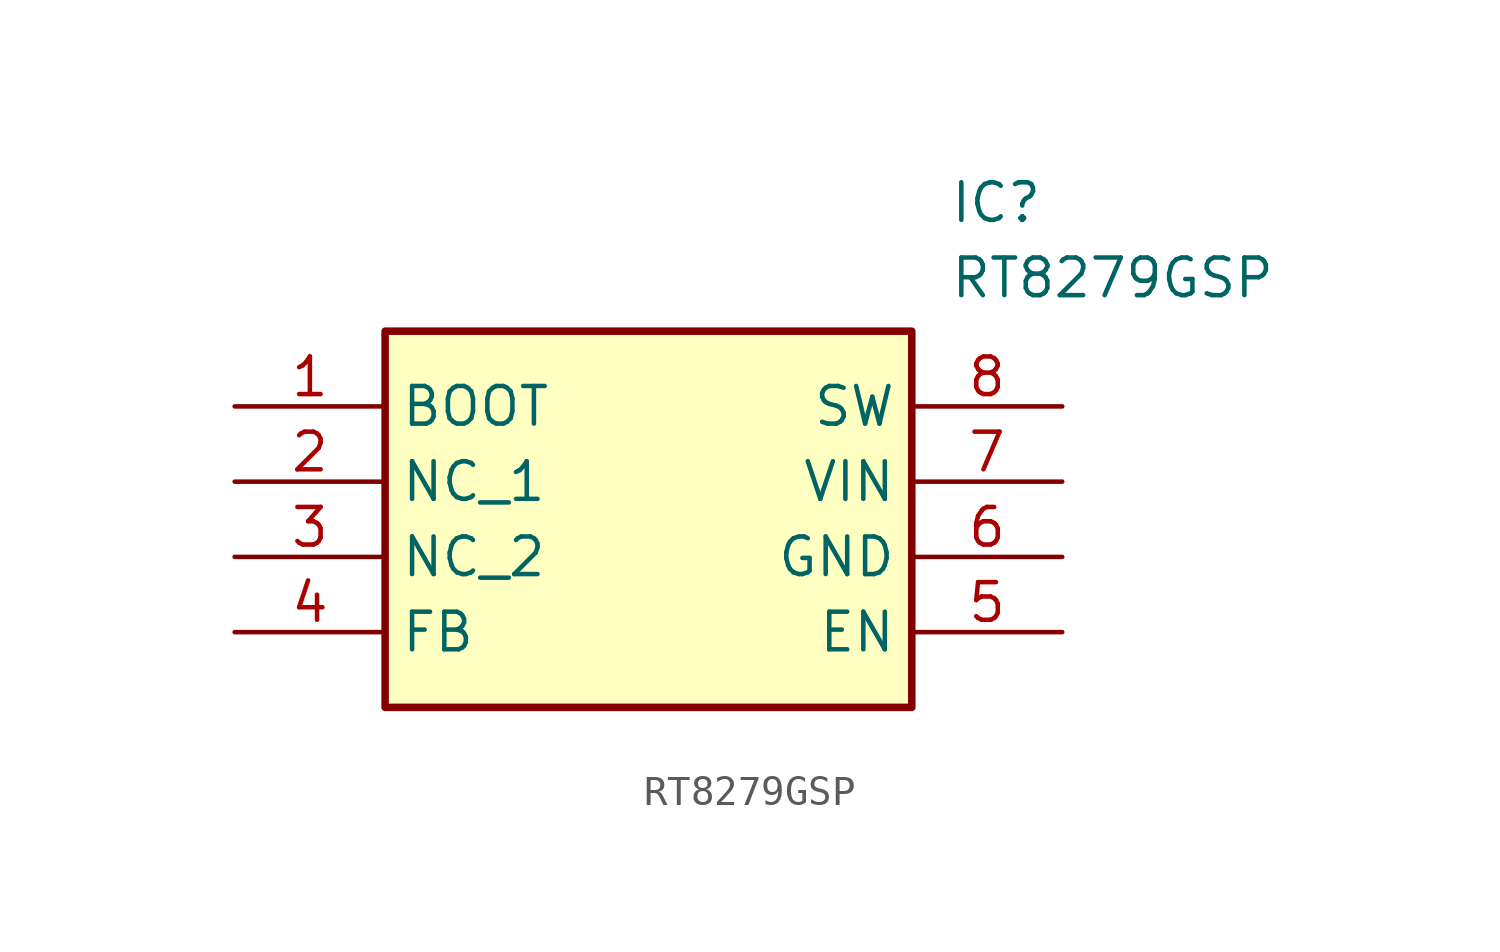
<source format=kicad_sym>
(kicad_symbol_lib
  (version 20211014)
  (generator SamacSys_ECAD_Model)
  (symbol "RT8279GSP"
    (property "Reference" "IC"
      (at 24.13 7.62 0)
      (effects (font (size 1.27 1.27)) (justify left top)))
    (property "Value" "RT8279GSP"
      (at 24.13 5.08 0)
      (effects (font (size 1.27 1.27)) (justify left top)))
    (rectangle
      (start 5.08 2.54)
      (end 22.86 -10.16)
      (stroke (width 0.254) (type default))
      (fill (type background)))
    (pin passive line
      (at 0 0 0)
      (length 5.08)
      (name "BOOT" (effects (font (size 1.27 1.27))))
      (number "1" (effects (font (size 1.27 1.27)))))
    (pin passive line
      (at 0 -2.54 0)
      (length 5.08)
      (name "NC_1" (effects (font (size 1.27 1.27))))
      (number "2" (effects (font (size 1.27 1.27)))))
    (pin passive line
      (at 0 -5.08 0)
      (length 5.08)
      (name "NC_2" (effects (font (size 1.27 1.27))))
      (number "3" (effects (font (size 1.27 1.27)))))
    (pin passive line
      (at 0 -7.62 0)
      (length 5.08)
      (name "FB" (effects (font (size 1.27 1.27))))
      (number "4" (effects (font (size 1.27 1.27)))))
    (pin passive line
      (at 27.94 0 180)
      (length 5.08)
      (name "SW" (effects (font (size 1.27 1.27))))
      (number "8" (effects (font (size 1.27 1.27)))))
    (pin passive line
      (at 27.94 -2.54 180)
      (length 5.08)
      (name "VIN" (effects (font (size 1.27 1.27))))
      (number "7" (effects (font (size 1.27 1.27)))))
    (pin passive line
      (at 27.94 -5.08 180)
      (length 5.08)
      (name "GND" (effects (font (size 1.27 1.27))))
      (number "6" (effects (font (size 1.27 1.27)))))
    (pin passive line
      (at 27.94 -7.62 180)
      (length 5.08)
      (name "EN" (effects (font (size 1.27 1.27))))
      (number "5" (effects (font (size 1.27 1.27)))))))
</source>
